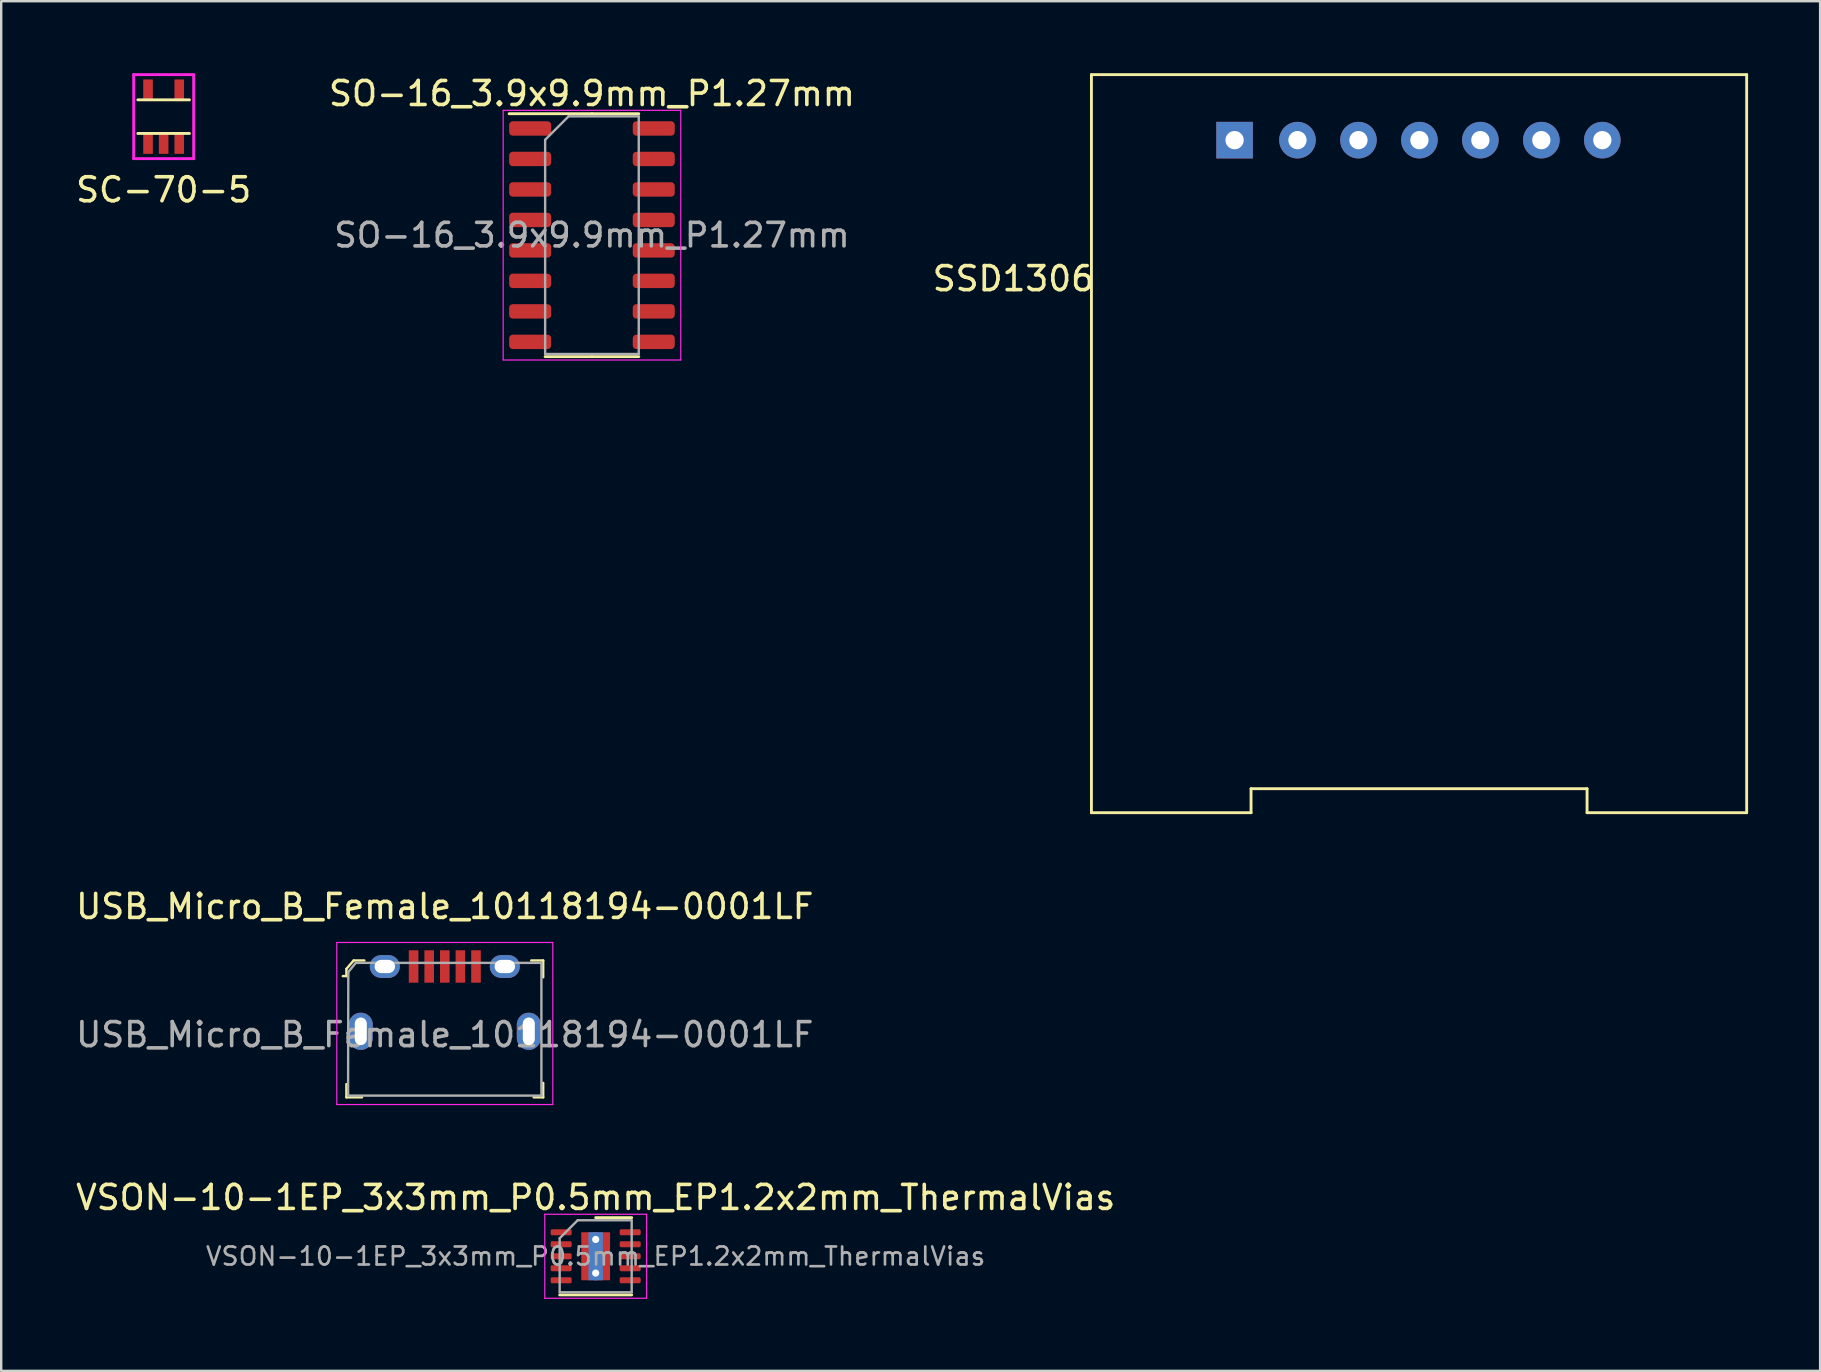
<source format=kicad_pcb>
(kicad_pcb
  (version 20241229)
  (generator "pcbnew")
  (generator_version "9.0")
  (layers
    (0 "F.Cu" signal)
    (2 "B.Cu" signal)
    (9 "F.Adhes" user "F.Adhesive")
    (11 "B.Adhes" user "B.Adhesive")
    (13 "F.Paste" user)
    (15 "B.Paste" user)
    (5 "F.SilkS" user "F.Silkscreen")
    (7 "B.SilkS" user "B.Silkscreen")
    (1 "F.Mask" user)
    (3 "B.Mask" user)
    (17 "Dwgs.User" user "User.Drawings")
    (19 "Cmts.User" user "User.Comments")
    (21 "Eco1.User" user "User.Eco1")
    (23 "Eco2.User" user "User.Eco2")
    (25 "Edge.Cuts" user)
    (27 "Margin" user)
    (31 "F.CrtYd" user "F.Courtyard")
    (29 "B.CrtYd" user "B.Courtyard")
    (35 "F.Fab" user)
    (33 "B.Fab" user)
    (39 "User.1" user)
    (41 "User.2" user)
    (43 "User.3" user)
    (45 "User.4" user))
  (footprint "USB_Micro_B_Female_10118194-0001LF"
    (layer "F.Cu")
    (at 15.482 37.218)
    (property "Reference" "USB_Micro_B_Female_10118194-0001LF" (at 0 -2.5 0) (layer "F.SilkS") (effects (font (size 1 1) (thickness 0.15))))
    (attr smd)
    (fp_line (start -4.1 0.1) (end -4.1 0.4) (stroke (width 0.1) (type solid)) (layer "F.SilkS"))
    (fp_line (start -4.1 0.4) (end -4.25 0.4) (stroke (width 0.1) (type solid)) (layer "F.SilkS"))
    (fp_line (start -4.1 4.9) (end -4.1 5.45) (stroke (width 0.1) (type solid)) (layer "F.SilkS"))
    (fp_line (start -4.1 5.45) (end -3.45 5.45) (stroke (width 0.1) (type solid)) (layer "F.SilkS"))
    (fp_line (start -3.8 -0.25) (end -4.1 0.1) (stroke (width 0.1) (type solid)) (layer "F.SilkS"))
    (fp_line (start -3.35 -0.25) (end -3.8 -0.25) (stroke (width 0.1) (type solid)) (layer "F.SilkS"))
    (fp_line (start 3.6 -0.25) (end 4.1 -0.25) (stroke (width 0.1) (type solid)) (layer "F.SilkS"))
    (fp_line (start 4.1 -0.25) (end 4.1 0.45) (stroke (width 0.1) (type solid)) (layer "F.SilkS"))
    (fp_line (start 4.1 4.85) (end 4.1 5.45) (stroke (width 0.1) (type solid)) (layer "F.SilkS"))
    (fp_line (start 4.1 5.45) (end 3.7 5.45) (stroke (width 0.1) (type solid)) (layer "F.SilkS"))
    (fp_line (start -4.5 -1) (end 4.5 -1) (stroke (width 0.05) (type solid)) (layer "F.CrtYd"))
    (fp_line (start -4.5 5.75) (end -4.5 -1) (stroke (width 0.05) (type solid)) (layer "F.CrtYd"))
    (fp_line (start -4.5 5.75) (end 4.5 5.75) (stroke (width 0.05) (type solid)) (layer "F.CrtYd"))
    (fp_line (start 4.5 5.75) (end 4.5 -1) (stroke (width 0.05) (type solid)) (layer "F.CrtYd"))
    (fp_line (start -4.03 5.38) (end -4.02 0.23) (stroke (width 0.1) (type solid)) (layer "F.Fab"))
    (fp_line (start -4.025 5.38) (end 4.025 5.38) (stroke (width 0.1) (type solid)) (layer "F.Fab"))
    (fp_line (start -4.02 0.23) (end -3.71 -0.15) (stroke (width 0.1) (type solid)) (layer "F.Fab"))
    (fp_line (start 4.02 -0.15) (end -3.71 -0.15) (stroke (width 0.1) (type solid)) (layer "F.Fab"))
    (fp_line (start 4.025 5.38) (end 4.025 -0.15) (stroke (width 0.1) (type solid)) (layer "F.Fab"))
    (fp_text user "${REFERENCE}" (at 0 2.84 0) (layer "F.Fab") (effects (font (size 1 1) (thickness 0.15))))
    (pad "1" smd rect (at -1.3 0) (size 0.4 1.35) (layers "F.Cu" "F.Mask" "F.Paste"))
    (pad "2" smd rect (at -0.65 0) (size 0.4 1.35) (layers "F.Cu" "F.Mask" "F.Paste"))
    (pad "3" smd rect (at 0 0) (size 0.4 1.35) (layers "F.Cu" "F.Mask" "F.Paste"))
    (pad "4" smd rect (at 0.65 0) (size 0.4 1.35) (layers "F.Cu" "F.Mask" "F.Paste"))
    (pad "5" smd rect (at 1.3 0) (size 0.4 1.35) (layers "F.Cu" "F.Mask" "F.Paste"))
    (pad "SH" thru_hole oval (at -3.5 2.7) (size 1 1.55) (drill oval 0.5 1.15) (layers "*.Cu" "*.Mask"))
    (pad "SH" thru_hole oval (at -2.5 0) (size 1.25 0.95) (drill oval 0.85 0.55) (layers "*.Cu" "*.Mask"))
    (pad "SH" thru_hole oval (at 2.5 0) (size 1.25 0.95) (drill oval 0.85 0.55) (layers "*.Cu" "*.Mask"))
    (pad "SH" thru_hole oval (at 3.5 2.7) (size 1 1.55) (drill oval 0.5 1.15) (layers "*.Cu" "*.Mask")))
  (footprint "VSON-10-1EP_3x3mm_P0.5mm_EP1.2x2mm_ThermalVias"
    (layer "F.Cu")
    (at 21.768 49.291)
    (property "Reference" "VSON-10-1EP_3x3mm_P0.5mm_EP1.2x2mm_ThermalVias" (at 0 -2.45 0) (layer "F.SilkS") (effects (font (size 1 1) (thickness 0.15))))
    (attr smd)
    (fp_line (start -1.5 1.61) (end 1.5 1.61) (stroke (width 0.12) (type solid)) (layer "F.SilkS"))
    (fp_line (start 0 -1.61) (end 1.5 -1.61) (stroke (width 0.12) (type solid)) (layer "F.SilkS"))
    (fp_line (start -2.12 -1.75) (end -2.12 1.75) (stroke (width 0.05) (type solid)) (layer "F.CrtYd"))
    (fp_line (start -2.12 1.75) (end 2.12 1.75) (stroke (width 0.05) (type solid)) (layer "F.CrtYd"))
    (fp_line (start 2.12 -1.75) (end -2.12 -1.75) (stroke (width 0.05) (type solid)) (layer "F.CrtYd"))
    (fp_line (start 2.12 1.75) (end 2.12 -1.75) (stroke (width 0.05) (type solid)) (layer "F.CrtYd"))
    (fp_line (start -1.5 -0.75) (end -0.75 -1.5) (stroke (width 0.1) (type solid)) (layer "F.Fab"))
    (fp_line (start -1.5 1.5) (end -1.5 -0.75) (stroke (width 0.1) (type solid)) (layer "F.Fab"))
    (fp_line (start -0.75 -1.5) (end 1.5 -1.5) (stroke (width 0.1) (type solid)) (layer "F.Fab"))
    (fp_line (start 1.5 -1.5) (end 1.5 1.5) (stroke (width 0.1) (type solid)) (layer "F.Fab"))
    (fp_line (start 1.5 1.5) (end -1.5 1.5) (stroke (width 0.1) (type solid)) (layer "F.Fab"))
    (fp_text user "${REFERENCE}" (at 0 0 0) (layer "F.Fab") (effects (font (size 0.75 0.75) (thickness 0.11))))
    (pad "" smd roundrect (at -0.3 -0.5) (size 0.52 0.87) (layers "F.Paste") (roundrect_rratio 0.25))
    (pad "" smd roundrect (at -0.3 0.5) (size 0.52 0.87) (layers "F.Paste") (roundrect_rratio 0.25))
    (pad "" smd roundrect (at 0.3 -0.5) (size 0.52 0.87) (layers "F.Paste") (roundrect_rratio 0.25))
    (pad "" smd roundrect (at 0.3 0.5) (size 0.52 0.87) (layers "F.Paste") (roundrect_rratio 0.25))
    (pad "1" smd roundrect (at -1.438 -1) (size 0.875 0.25) (layers "F.Cu" "F.Mask" "F.Paste") (roundrect_rratio 0.25))
    (pad "2" smd roundrect (at -1.438 -0.5) (size 0.875 0.25) (layers "F.Cu" "F.Mask" "F.Paste") (roundrect_rratio 0.25))
    (pad "3" smd roundrect (at -1.438 0) (size 0.875 0.25) (layers "F.Cu" "F.Mask" "F.Paste") (roundrect_rratio 0.25))
    (pad "4" smd roundrect (at -1.438 0.5) (size 0.875 0.25) (layers "F.Cu" "F.Mask" "F.Paste") (roundrect_rratio 0.25))
    (pad "5" smd roundrect (at -1.438 1) (size 0.875 0.25) (layers "F.Cu" "F.Mask" "F.Paste") (roundrect_rratio 0.25))
    (pad "6" smd roundrect (at 1.438 1) (size 0.875 0.25) (layers "F.Cu" "F.Mask" "F.Paste") (roundrect_rratio 0.25))
    (pad "7" smd roundrect (at 1.438 0.5) (size 0.875 0.25) (layers "F.Cu" "F.Mask" "F.Paste") (roundrect_rratio 0.25))
    (pad "8" smd roundrect (at 1.438 0) (size 0.875 0.25) (layers "F.Cu" "F.Mask" "F.Paste") (roundrect_rratio 0.25))
    (pad "9" smd roundrect (at 1.438 -0.5) (size 0.875 0.25) (layers "F.Cu" "F.Mask" "F.Paste") (roundrect_rratio 0.25))
    (pad "10" smd roundrect (at 1.438 -1) (size 0.875 0.25) (layers "F.Cu" "F.Mask" "F.Paste") (roundrect_rratio 0.25))
    (pad "11" thru_hole circle (at 0 -0.7) (size 0.6 0.6) (drill 0.3) (layers "*.Cu"))
    (pad "11" smd rect (at 0 0) (size 0.6 2) (layers "B.Cu"))
    (pad "11" smd rect (at 0 0) (size 1.2 2) (layers "F.Cu" "F.Mask"))
    (pad "11" thru_hole circle (at 0 0.7) (size 0.6 0.6) (drill 0.3) (layers "*.Cu")))
  (footprint "SSD1306"
    (layer "F.Cu")
    (at 56.073 2.81)
    (property "Reference" "SSD1306" (at -16.9 5.75 0) (layer "F.SilkS") (effects (font (size 1 1) (thickness 0.15))))
    (attr through_hole)
    (fp_line (start -13.65 -2.75) (end -13.65 28) (stroke (width 0.12) (type solid)) (layer "F.SilkS"))
    (fp_line (start -13.65 -2.75) (end 13.65 -2.75) (stroke (width 0.12) (type solid)) (layer "F.SilkS"))
    (fp_line (start -7 27) (end -7 28) (stroke (width 0.12) (type solid)) (layer "F.SilkS"))
    (fp_line (start -7 28) (end -13.65 28) (stroke (width 0.12) (type solid)) (layer "F.SilkS"))
    (fp_line (start 7 27) (end -7 27) (stroke (width 0.12) (type solid)) (layer "F.SilkS"))
    (fp_line (start 7 28) (end 7 27) (stroke (width 0.12) (type solid)) (layer "F.SilkS"))
    (fp_line (start 13.65 28) (end 7 28) (stroke (width 0.12) (type solid)) (layer "F.SilkS"))
    (fp_line (start 13.65 28) (end 13.65 -2.75) (stroke (width 0.12) (type solid)) (layer "F.SilkS"))
    (pad "1" thru_hole rect (at -7.685 -0.021) (size 1.524 1.524) (drill 0.762) (layers "*.Cu" "*.Mask"))
    (pad "2" thru_hole circle (at -5.065 -0.021) (size 1.524 1.524) (drill 0.762) (layers "*.Cu" "*.Mask"))
    (pad "3" thru_hole circle (at -2.525 -0.021) (size 1.524 1.524) (drill 0.762) (layers "*.Cu" "*.Mask"))
    (pad "4" thru_hole circle (at 0.015 -0.021) (size 1.524 1.524) (drill 0.762) (layers "*.Cu" "*.Mask"))
    (pad "5" thru_hole circle (at 2.555 -0.021) (size 1.524 1.524) (drill 0.762) (layers "*.Cu" "*.Mask"))
    (pad "6" thru_hole circle (at 5.095 -0.021) (size 1.524 1.524) (drill 0.762) (layers "*.Cu" "*.Mask"))
    (pad "7" thru_hole circle (at 7.635 -0.021) (size 1.524 1.524) (drill 0.762) (layers "*.Cu" "*.Mask")))
  (footprint "SC-70-5"
    (layer "F.Cu")
    (at 3.768 1.81)
    (property "Reference" "SC-70-5" (at 0 3.048 0) (layer "F.SilkS") (effects (font (size 1 1) (thickness 0.15))))
    (attr smd)
    (fp_line (start -1.075 -0.7) (end 1.075 -0.7) (stroke (width 0.12) (type solid)) (layer "F.SilkS"))
    (fp_line (start -1.075 0.7) (end 1.075 0.7) (stroke (width 0.12) (type solid)) (layer "F.SilkS"))
    (fp_line (start -1.25 -1.75) (end 1.25 -1.75) (stroke (width 0.12) (type solid)) (layer "F.CrtYd"))
    (fp_line (start -1.25 1.75) (end -1.25 -1.75) (stroke (width 0.12) (type solid)) (layer "F.CrtYd"))
    (fp_line (start 1.25 -1.75) (end 1.25 1.75) (stroke (width 0.12) (type solid)) (layer "F.CrtYd"))
    (fp_line (start 1.25 1.75) (end -1.25 1.75) (stroke (width 0.12) (type solid)) (layer "F.CrtYd"))
    (pad "1" smd rect (at -0.65 1.1 180) (size 0.4 0.9) (layers "F.Cu" "F.Mask" "F.Paste"))
    (pad "2" smd rect (at 0 1.1 180) (size 0.4 0.9) (layers "F.Cu" "F.Mask" "F.Paste"))
    (pad "3" smd rect (at 0.65 1.1 180) (size 0.4 0.9) (layers "F.Cu" "F.Mask" "F.Paste"))
    (pad "4" smd rect (at 0.65 -1.1 180) (size 0.4 0.9) (layers "F.Cu" "F.Mask" "F.Paste"))
    (pad "5" smd rect (at -0.65 -1.1 180) (size 0.4 0.9) (layers "F.Cu" "F.Mask" "F.Paste")))
  (footprint "SO-16_3.9x9.9mm_P1.27mm"
    (layer "F.Cu")
    (at 21.613 6.748)
    (property "Reference" "SO-16_3.9x9.9mm_P1.27mm" (at 0 -5.9 0) (layer "F.SilkS") (effects (font (size 1 1) (thickness 0.15))))
    (attr smd)
    (fp_line (start 0 -5.06) (end -3.45 -5.06) (stroke (width 0.12) (type solid)) (layer "F.SilkS"))
    (fp_line (start 0 -5.06) (end 1.95 -5.06) (stroke (width 0.12) (type solid)) (layer "F.SilkS"))
    (fp_line (start 0 5.06) (end -1.95 5.06) (stroke (width 0.12) (type solid)) (layer "F.SilkS"))
    (fp_line (start 0 5.06) (end 1.95 5.06) (stroke (width 0.12) (type solid)) (layer "F.SilkS"))
    (fp_line (start -3.7 -5.2) (end -3.7 5.2) (stroke (width 0.05) (type solid)) (layer "F.CrtYd"))
    (fp_line (start -3.7 5.2) (end 3.7 5.2) (stroke (width 0.05) (type solid)) (layer "F.CrtYd"))
    (fp_line (start 3.7 -5.2) (end -3.7 -5.2) (stroke (width 0.05) (type solid)) (layer "F.CrtYd"))
    (fp_line (start 3.7 5.2) (end 3.7 -5.2) (stroke (width 0.05) (type solid)) (layer "F.CrtYd"))
    (fp_line (start -1.95 -3.975) (end -0.975 -4.95) (stroke (width 0.1) (type solid)) (layer "F.Fab"))
    (fp_line (start -1.95 4.95) (end -1.95 -3.975) (stroke (width 0.1) (type solid)) (layer "F.Fab"))
    (fp_line (start -0.975 -4.95) (end 1.95 -4.95) (stroke (width 0.1) (type solid)) (layer "F.Fab"))
    (fp_line (start 1.95 -4.95) (end 1.95 4.95) (stroke (width 0.1) (type solid)) (layer "F.Fab"))
    (fp_line (start 1.95 4.95) (end -1.95 4.95) (stroke (width 0.1) (type solid)) (layer "F.Fab"))
    (fp_text user "${REFERENCE}" (at 0 0 0) (layer "F.Fab") (effects (font (size 0.98 0.98) (thickness 0.15))))
    (pad "1" smd roundrect (at -2.575 -4.445) (size 1.75 0.6) (layers "F.Cu" "F.Mask" "F.Paste") (roundrect_rratio 0.25))
    (pad "2" smd roundrect (at -2.575 -3.175) (size 1.75 0.6) (layers "F.Cu" "F.Mask" "F.Paste") (roundrect_rratio 0.25))
    (pad "3" smd roundrect (at -2.575 -1.905) (size 1.75 0.6) (layers "F.Cu" "F.Mask" "F.Paste") (roundrect_rratio 0.25))
    (pad "4" smd roundrect (at -2.575 -0.635) (size 1.75 0.6) (layers "F.Cu" "F.Mask" "F.Paste") (roundrect_rratio 0.25))
    (pad "5" smd roundrect (at -2.575 0.635) (size 1.75 0.6) (layers "F.Cu" "F.Mask" "F.Paste") (roundrect_rratio 0.25))
    (pad "6" smd roundrect (at -2.575 1.905) (size 1.75 0.6) (layers "F.Cu" "F.Mask" "F.Paste") (roundrect_rratio 0.25))
    (pad "7" smd roundrect (at -2.575 3.175) (size 1.75 0.6) (layers "F.Cu" "F.Mask" "F.Paste") (roundrect_rratio 0.25))
    (pad "8" smd roundrect (at -2.575 4.445) (size 1.75 0.6) (layers "F.Cu" "F.Mask" "F.Paste") (roundrect_rratio 0.25))
    (pad "9" smd roundrect (at 2.575 4.445) (size 1.75 0.6) (layers "F.Cu" "F.Mask" "F.Paste") (roundrect_rratio 0.25))
    (pad "10" smd roundrect (at 2.575 3.175) (size 1.75 0.6) (layers "F.Cu" "F.Mask" "F.Paste") (roundrect_rratio 0.25))
    (pad "11" smd roundrect (at 2.575 1.905) (size 1.75 0.6) (layers "F.Cu" "F.Mask" "F.Paste") (roundrect_rratio 0.25))
    (pad "12" smd roundrect (at 2.575 0.635) (size 1.75 0.6) (layers "F.Cu" "F.Mask" "F.Paste") (roundrect_rratio 0.25))
    (pad "13" smd roundrect (at 2.575 -0.635) (size 1.75 0.6) (layers "F.Cu" "F.Mask" "F.Paste") (roundrect_rratio 0.25))
    (pad "14" smd roundrect (at 2.575 -1.905) (size 1.75 0.6) (layers "F.Cu" "F.Mask" "F.Paste") (roundrect_rratio 0.25))
    (pad "15" smd roundrect (at 2.575 -3.175) (size 1.75 0.6) (layers "F.Cu" "F.Mask" "F.Paste") (roundrect_rratio 0.25))
    (pad "16" smd roundrect (at 2.575 -4.445) (size 1.75 0.6) (layers "F.Cu" "F.Mask" "F.Paste") (roundrect_rratio 0.25)))
  (gr_rect
    (start -3 -3)
    (end 72.783 54.066)
    (stroke (width 0.1) (type default))
    (fill no)
    (layer "Edge.Cuts")))
</source>
